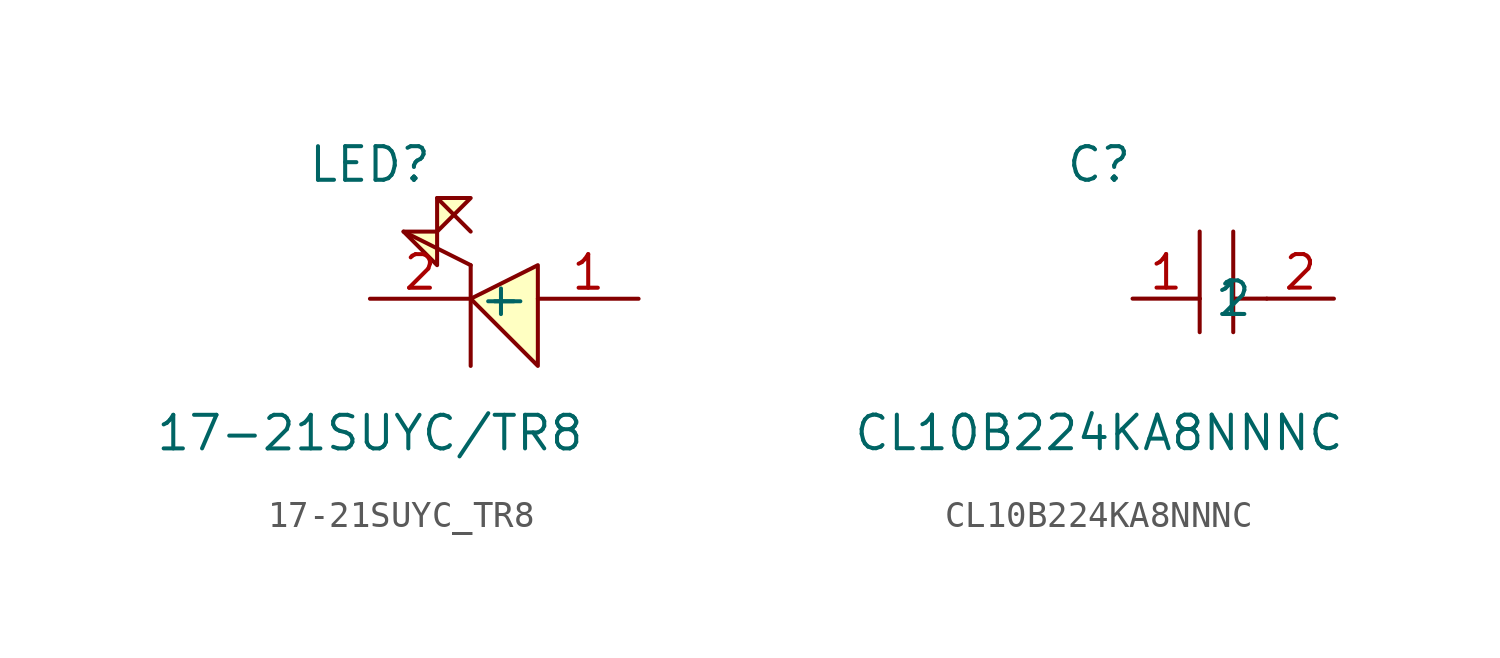
<source format=kicad_sym>
(kicad_symbol_lib
  (version 20241209)
  (generator "kicad_symbol_editor")
  (generator_version "9.0")
  (symbol "17-21SUYC_TR8"
    (property "Reference" "LED"
      (at 0 1.27 0)
      (effects (font (size 1.27 1.27))))
    (property "Value" "17-21SUYC/TR8"
      (at 0 -8.89 0)
      (effects (font (size 1.27 1.27))))
    (symbol "17-21SUYC_TR8_0_1"
      (polyline (pts (xy 1.27 -1.27) (xy 2.54 -1.27) (xy 2.54 -2.54) (xy 1.27 -1.27)) (stroke (width 0) (type default)) (fill (type background)))
      (polyline (pts (xy 2.54 0) (xy 3.81 0) (xy 2.54 -1.27) (xy 2.54 0)) (stroke (width 0) (type default)) (fill (type background)))
      (polyline (pts (xy 3.81 -1.27) (xy 2.54 0)) (stroke (width 0) (type default)) (fill (type none)))
      (polyline (pts (xy 3.81 -2.54) (xy 1.27 -1.27)) (stroke (width 0) (type default)) (fill (type none)))
      (polyline (pts (xy 3.81 -2.54) (xy 3.81 -6.35)) (stroke (width 0) (type default)) (fill (type none)))
      (polyline (pts (xy 6.35 -6.35) (xy 3.81 -3.81) (xy 6.35 -2.54) (xy 6.35 -6.35)) (stroke (width 0) (type default)) (fill (type background)))
      (pin unspecified line (at 0 -3.81 0) (length 3.81) (name "-" (effects (font (size 1.27 1.27)))) (number "2" (effects (font (size 1.27 1.27)))))
      (pin unspecified line (at 10.16 -3.81 180) (length 3.81) (name "+" (effects (font (size 1.27 1.27)))) (number "1" (effects (font (size 1.27 1.27)))))))
  (symbol "CL10B224KA8NNNC"
    (property "Reference" "C"
      (at 0 2.54 0)
      (effects (font (size 1.27 1.27))))
    (property "Value" "CL10B224KA8NNNC"
      (at 0 -7.62 0)
      (effects (font (size 1.27 1.27))))
    (symbol "CL10B224KA8NNNC_0_1"
      (polyline (pts (xy 3.81 0) (xy 3.81 -3.81)) (stroke (width 0) (type default)) (fill (type none)))
      (polyline (pts (xy 3.81 -2.54) (xy 3.81 -2.54)) (stroke (width 0) (type default)) (fill (type background)))
      (polyline (pts (xy 5.08 0) (xy 5.08 -3.81)) (stroke (width 0) (type default)) (fill (type none)))
      (polyline (pts (xy 5.08 -2.54) (xy 6.35 -2.54)) (stroke (width 0) (type default)) (fill (type none)))
      (pin input line (at 1.27 -2.54 0) (length 2.54) (name "1" (effects (font (size 1.27 1.27)))) (number "1" (effects (font (size 1.27 1.27)))))
      (pin input line (at 8.89 -2.54 180) (length 2.54) (name "2" (effects (font (size 1.27 1.27)))) (number "2" (effects (font (size 1.27 1.27))))))))
</source>
